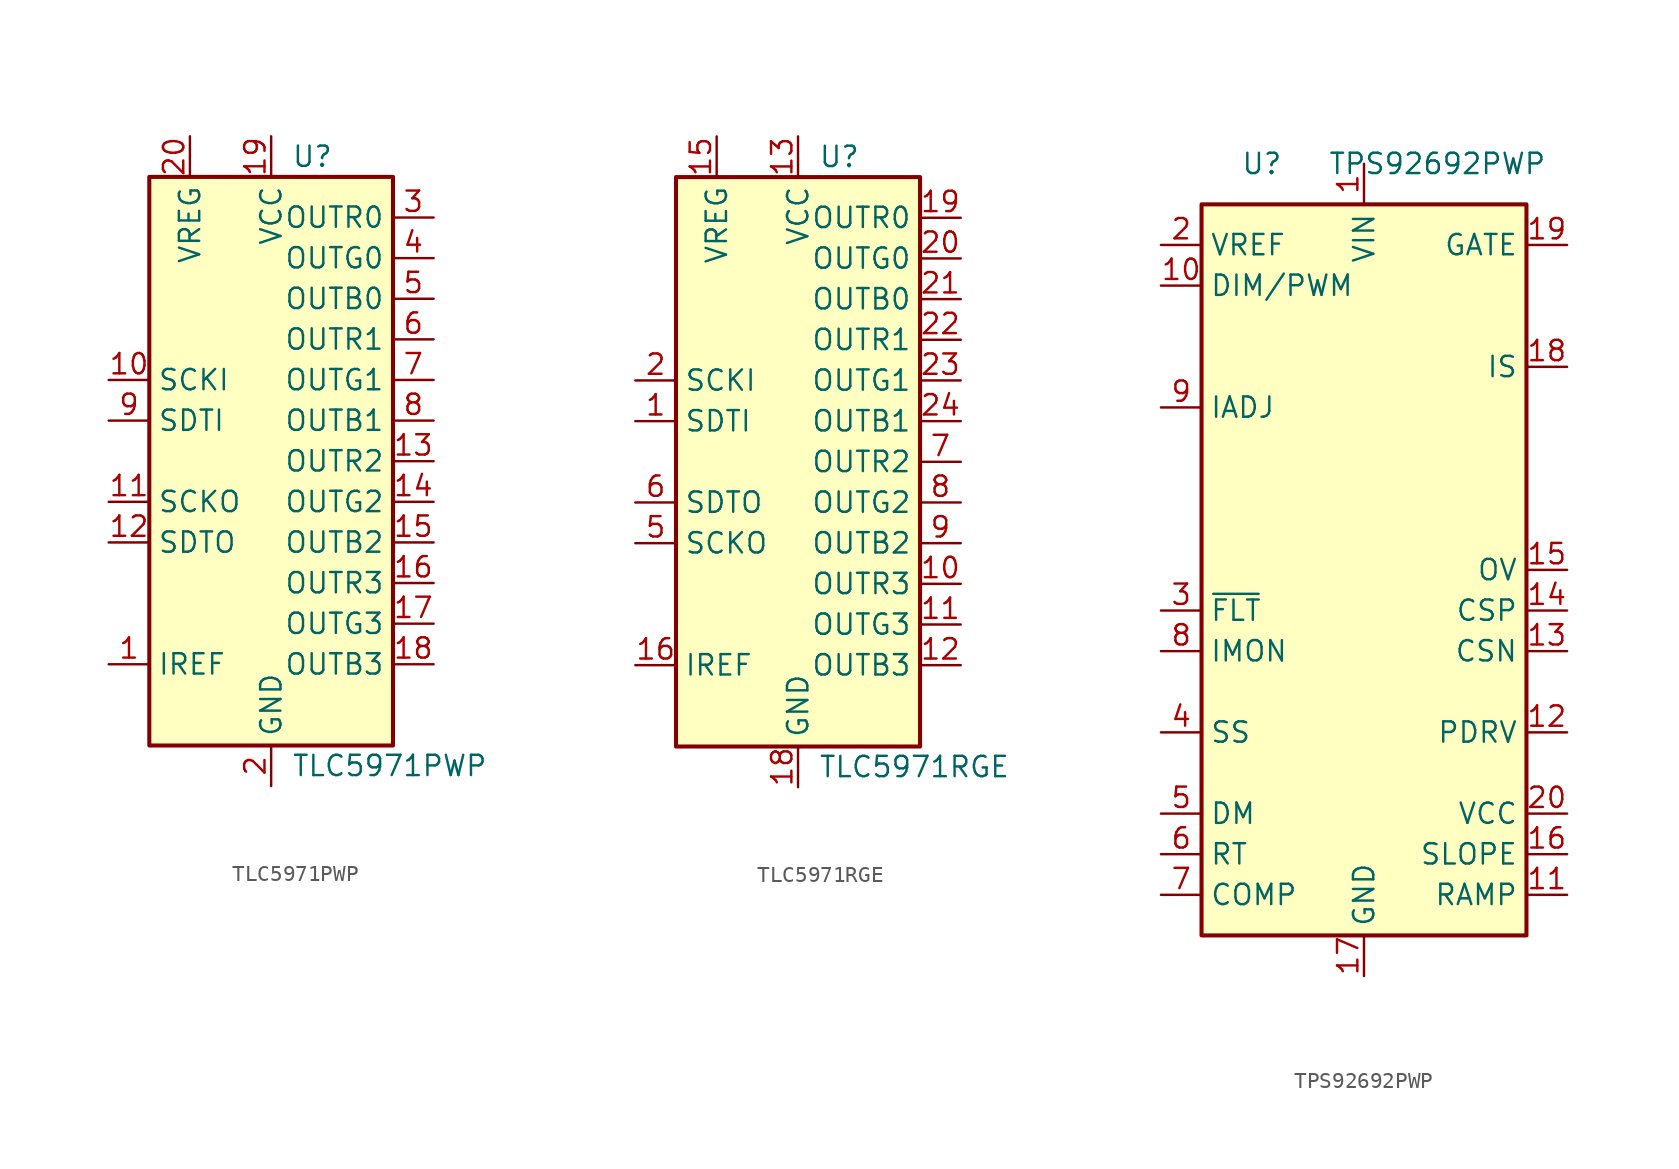
<source format=kicad_sym>
(kicad_symbol_lib
  (version 20211014)
  (generator kicad_symbol_editor)
  (symbol "TLC5971PWP"
    (property "Reference" "U"
      (at 1.27 19.05 0)
      (effects (font (size 1.27 1.27)) (justify left)))
    (property "Value" "TLC5971PWP"
      (at 1.27 -19.05 0)
      (effects (font (size 1.27 1.27)) (justify left)))
    (symbol "TLC5971PWP_0_1"
      (rectangle (start -7.62 17.78) (end 7.62 -17.78) (stroke (width 0.254) (type default) (color 0 0 0 0)) (fill (type background)))
      (pin input line (at -10.16 5.08 0) (length 2.54) (name "SCKI" (effects (font (size 1.27 1.27)))) (number "10" (effects (font (size 1.27 1.27)))))
      (pin open_collector line (at 10.16 0 180) (length 2.54) (name "OUTR2" (effects (font (size 1.27 1.27)))) (number "13" (effects (font (size 1.27 1.27)))))
      (pin open_collector line (at 10.16 -2.54 180) (length 2.54) (name "OUTG2" (effects (font (size 1.27 1.27)))) (number "14" (effects (font (size 1.27 1.27)))))
      (pin open_collector line (at 10.16 -5.08 180) (length 2.54) (name "OUTB2" (effects (font (size 1.27 1.27)))) (number "15" (effects (font (size 1.27 1.27)))))
      (pin open_collector line (at 10.16 -7.62 180) (length 2.54) (name "OUTR3" (effects (font (size 1.27 1.27)))) (number "16" (effects (font (size 1.27 1.27)))))
      (pin open_collector line (at 10.16 -10.16 180) (length 2.54) (name "OUTG3" (effects (font (size 1.27 1.27)))) (number "17" (effects (font (size 1.27 1.27)))))
      (pin open_collector line (at 10.16 -12.7 180) (length 2.54) (name "OUTB3" (effects (font (size 1.27 1.27)))) (number "18" (effects (font (size 1.27 1.27)))))
      (pin power_in line (at 0 20.32 270) (length 2.54) (name "VCC" (effects (font (size 1.27 1.27)))) (number "19" (effects (font (size 1.27 1.27)))))
      (pin power_in line (at 0 -20.32 90) (length 2.54) (name "GND" (effects (font (size 1.27 1.27)))) (number "2" (effects (font (size 1.27 1.27)))))
      (pin passive line (at -5.08 20.32 270) (length 2.54) (name "VREG" (effects (font (size 1.27 1.27)))) (number "20" (effects (font (size 1.27 1.27)))))
      (pin passive line (at 0 -20.32 90) (length 2.54) hide (name "GND" (effects (font (size 1.27 1.27)))) (number "21" (effects (font (size 1.27 1.27)))))
      (pin open_collector line (at 10.16 15.24 180) (length 2.54) (name "OUTR0" (effects (font (size 1.27 1.27)))) (number "3" (effects (font (size 1.27 1.27)))))
      (pin open_collector line (at 10.16 12.7 180) (length 2.54) (name "OUTG0" (effects (font (size 1.27 1.27)))) (number "4" (effects (font (size 1.27 1.27)))))
      (pin open_collector line (at 10.16 10.16 180) (length 2.54) (name "OUTB0" (effects (font (size 1.27 1.27)))) (number "5" (effects (font (size 1.27 1.27)))))
      (pin open_collector line (at 10.16 7.62 180) (length 2.54) (name "OUTR1" (effects (font (size 1.27 1.27)))) (number "6" (effects (font (size 1.27 1.27)))))
      (pin open_collector line (at 10.16 5.08 180) (length 2.54) (name "OUTG1" (effects (font (size 1.27 1.27)))) (number "7" (effects (font (size 1.27 1.27)))))
      (pin open_collector line (at 10.16 2.54 180) (length 2.54) (name "OUTB1" (effects (font (size 1.27 1.27)))) (number "8" (effects (font (size 1.27 1.27)))))
      (pin input line (at -10.16 2.54 0) (length 2.54) (name "SDTI" (effects (font (size 1.27 1.27)))) (number "9" (effects (font (size 1.27 1.27))))))
    (symbol "TLC5971PWP_1_1"
      (pin passive line (at -10.16 -12.7 0) (length 2.54) (name "IREF" (effects (font (size 1.27 1.27)))) (number "1" (effects (font (size 1.27 1.27)))))
      (pin output line (at -10.16 -2.54 0) (length 2.54) (name "SCKO" (effects (font (size 1.27 1.27)))) (number "11" (effects (font (size 1.27 1.27)))))
      (pin output line (at -10.16 -5.08 0) (length 2.54) (name "SDTO" (effects (font (size 1.27 1.27)))) (number "12" (effects (font (size 1.27 1.27)))))))
  (symbol "TLC5971RGE"
    (property "Reference" "U"
      (at 1.27 19.05 0)
      (effects (font (size 1.27 1.27)) (justify left)))
    (property "Value" "TLC5971RGE"
      (at 1.27 -19.05 0)
      (effects (font (size 1.27 1.27)) (justify left)))
    (symbol "TLC5971RGE_0_1"
      (rectangle (start -7.62 17.78) (end 7.62 -17.78) (stroke (width 0.254) (type default) (color 0 0 0 0)) (fill (type background)))
      (pin input line (at -10.16 2.54 0) (length 2.54) (name "SDTI" (effects (font (size 1.27 1.27)))) (number "1" (effects (font (size 1.27 1.27)))))
      (pin open_collector line (at 10.16 -7.62 180) (length 2.54) (name "OUTR3" (effects (font (size 1.27 1.27)))) (number "10" (effects (font (size 1.27 1.27)))))
      (pin open_collector line (at 10.16 -10.16 180) (length 2.54) (name "OUTG3" (effects (font (size 1.27 1.27)))) (number "11" (effects (font (size 1.27 1.27)))))
      (pin open_collector line (at 10.16 -12.7 180) (length 2.54) (name "OUTB3" (effects (font (size 1.27 1.27)))) (number "12" (effects (font (size 1.27 1.27)))))
      (pin power_in line (at 0 20.32 270) (length 2.54) (name "VCC" (effects (font (size 1.27 1.27)))) (number "13" (effects (font (size 1.27 1.27)))))
      (pin no_connect line (at -7.62 -7.62 0) (length 2.54) hide (name "NC" (effects (font (size 1.27 1.27)))) (number "14" (effects (font (size 1.27 1.27)))))
      (pin no_connect line (at -7.62 -10.16 0) (length 2.54) hide (name "NC" (effects (font (size 1.27 1.27)))) (number "17" (effects (font (size 1.27 1.27)))))
      (pin power_in line (at 0 -20.32 90) (length 2.54) (name "GND" (effects (font (size 1.27 1.27)))) (number "18" (effects (font (size 1.27 1.27)))))
      (pin open_collector line (at 10.16 15.24 180) (length 2.54) (name "OUTR0" (effects (font (size 1.27 1.27)))) (number "19" (effects (font (size 1.27 1.27)))))
      (pin input line (at -10.16 5.08 0) (length 2.54) (name "SCKI" (effects (font (size 1.27 1.27)))) (number "2" (effects (font (size 1.27 1.27)))))
      (pin open_collector line (at 10.16 12.7 180) (length 2.54) (name "OUTG0" (effects (font (size 1.27 1.27)))) (number "20" (effects (font (size 1.27 1.27)))))
      (pin open_collector line (at 10.16 10.16 180) (length 2.54) (name "OUTB0" (effects (font (size 1.27 1.27)))) (number "21" (effects (font (size 1.27 1.27)))))
      (pin open_collector line (at 10.16 7.62 180) (length 2.54) (name "OUTR1" (effects (font (size 1.27 1.27)))) (number "22" (effects (font (size 1.27 1.27)))))
      (pin open_collector line (at 10.16 5.08 180) (length 2.54) (name "OUTG1" (effects (font (size 1.27 1.27)))) (number "23" (effects (font (size 1.27 1.27)))))
      (pin open_collector line (at 10.16 2.54 180) (length 2.54) (name "OUTB1" (effects (font (size 1.27 1.27)))) (number "24" (effects (font (size 1.27 1.27)))))
      (pin passive line (at 0 -20.32 90) (length 2.54) hide (name "GND" (effects (font (size 1.27 1.27)))) (number "25" (effects (font (size 1.27 1.27)))))
      (pin no_connect line (at -7.62 10.16 0) (length 2.54) hide (name "NC" (effects (font (size 1.27 1.27)))) (number "3" (effects (font (size 1.27 1.27)))))
      (pin no_connect line (at -7.62 7.62 0) (length 2.54) hide (name "NC" (effects (font (size 1.27 1.27)))) (number "4" (effects (font (size 1.27 1.27)))))
      (pin output line (at -10.16 -2.54 0) (length 2.54) (name "SDTO" (effects (font (size 1.27 1.27)))) (number "6" (effects (font (size 1.27 1.27)))))
      (pin open_collector line (at 10.16 0 180) (length 2.54) (name "OUTR2" (effects (font (size 1.27 1.27)))) (number "7" (effects (font (size 1.27 1.27)))))
      (pin open_collector line (at 10.16 -2.54 180) (length 2.54) (name "OUTG2" (effects (font (size 1.27 1.27)))) (number "8" (effects (font (size 1.27 1.27)))))
      (pin open_collector line (at 10.16 -5.08 180) (length 2.54) (name "OUTB2" (effects (font (size 1.27 1.27)))) (number "9" (effects (font (size 1.27 1.27))))))
    (symbol "TLC5971RGE_1_1"
      (pin passive line (at -5.08 20.32 270) (length 2.54) (name "VREG" (effects (font (size 1.27 1.27)))) (number "15" (effects (font (size 1.27 1.27)))))
      (pin passive line (at -10.16 -12.7 0) (length 2.54) (name "IREF" (effects (font (size 1.27 1.27)))) (number "16" (effects (font (size 1.27 1.27)))))
      (pin output line (at -10.16 -5.08 0) (length 2.54) (name "SCKO" (effects (font (size 1.27 1.27)))) (number "5" (effects (font (size 1.27 1.27)))))))
  (symbol "TPS92692PWP"
    (property "Reference" "U"
      (at -5.08 25.4 0)
      (effects (font (size 1.27 1.27)) (justify right)))
    (property "Value" "TPS92692PWP"
      (at 11.43 25.4 0)
      (effects (font (size 1.27 1.27)) (justify right)))
    (symbol "TPS92692PWP_0_1"
      (rectangle (start -10.16 22.86) (end 10.16 -22.86) (stroke (width 0.254) (type default) (color 0 0 0 0)) (fill (type background))))
    (symbol "TPS92692PWP_1_1"
      (pin power_in line (at 0 25.4 270) (length 2.54) (name "VIN" (effects (font (size 1.27 1.27)))) (number "1" (effects (font (size 1.27 1.27)))))
      (pin input line (at -12.7 17.78 0) (length 2.54) (name "DIM/PWM" (effects (font (size 1.27 1.27)))) (number "10" (effects (font (size 1.27 1.27)))))
      (pin passive line (at 12.7 -20.32 180) (length 2.54) (name "RAMP" (effects (font (size 1.27 1.27)))) (number "11" (effects (font (size 1.27 1.27)))))
      (pin output line (at 12.7 -10.16 180) (length 2.54) (name "PDRV" (effects (font (size 1.27 1.27)))) (number "12" (effects (font (size 1.27 1.27)))))
      (pin input line (at 12.7 -5.08 180) (length 2.54) (name "CSN" (effects (font (size 1.27 1.27)))) (number "13" (effects (font (size 1.27 1.27)))))
      (pin input line (at 12.7 -2.54 180) (length 2.54) (name "CSP" (effects (font (size 1.27 1.27)))) (number "14" (effects (font (size 1.27 1.27)))))
      (pin input line (at 12.7 0 180) (length 2.54) (name "OV" (effects (font (size 1.27 1.27)))) (number "15" (effects (font (size 1.27 1.27)))))
      (pin passive line (at 12.7 -17.78 180) (length 2.54) (name "SLOPE" (effects (font (size 1.27 1.27)))) (number "16" (effects (font (size 1.27 1.27)))))
      (pin power_in line (at 0 -25.4 90) (length 2.54) (name "GND" (effects (font (size 1.27 1.27)))) (number "17" (effects (font (size 1.27 1.27)))))
      (pin input line (at 12.7 12.7 180) (length 2.54) (name "IS" (effects (font (size 1.27 1.27)))) (number "18" (effects (font (size 1.27 1.27)))))
      (pin output line (at 12.7 20.32 180) (length 2.54) (name "GATE" (effects (font (size 1.27 1.27)))) (number "19" (effects (font (size 1.27 1.27)))))
      (pin power_out line (at -12.7 20.32 0) (length 2.54) (name "VREF" (effects (font (size 1.27 1.27)))) (number "2" (effects (font (size 1.27 1.27)))))
      (pin power_out line (at 12.7 -15.24 180) (length 2.54) (name "VCC" (effects (font (size 1.27 1.27)))) (number "20" (effects (font (size 1.27 1.27)))))
      (pin passive line (at 0 -25.4 90) (length 2.54) hide (name "GND" (effects (font (size 1.27 1.27)))) (number "21" (effects (font (size 1.27 1.27)))))
      (pin open_collector line (at -12.7 -2.54 0) (length 2.54) (name "~{FLT}" (effects (font (size 1.27 1.27)))) (number "3" (effects (font (size 1.27 1.27)))))
      (pin passive line (at -12.7 -10.16 0) (length 2.54) (name "SS" (effects (font (size 1.27 1.27)))) (number "4" (effects (font (size 1.27 1.27)))))
      (pin passive line (at -12.7 -15.24 0) (length 2.54) (name "DM" (effects (font (size 1.27 1.27)))) (number "5" (effects (font (size 1.27 1.27)))))
      (pin passive line (at -12.7 -17.78 0) (length 2.54) (name "RT" (effects (font (size 1.27 1.27)))) (number "6" (effects (font (size 1.27 1.27)))))
      (pin passive line (at -12.7 -20.32 0) (length 2.54) (name "COMP" (effects (font (size 1.27 1.27)))) (number "7" (effects (font (size 1.27 1.27)))))
      (pin output line (at -12.7 -5.08 0) (length 2.54) (name "IMON" (effects (font (size 1.27 1.27)))) (number "8" (effects (font (size 1.27 1.27)))))
      (pin input line (at -12.7 10.16 0) (length 2.54) (name "IADJ" (effects (font (size 1.27 1.27)))) (number "9" (effects (font (size 1.27 1.27))))))))
</source>
